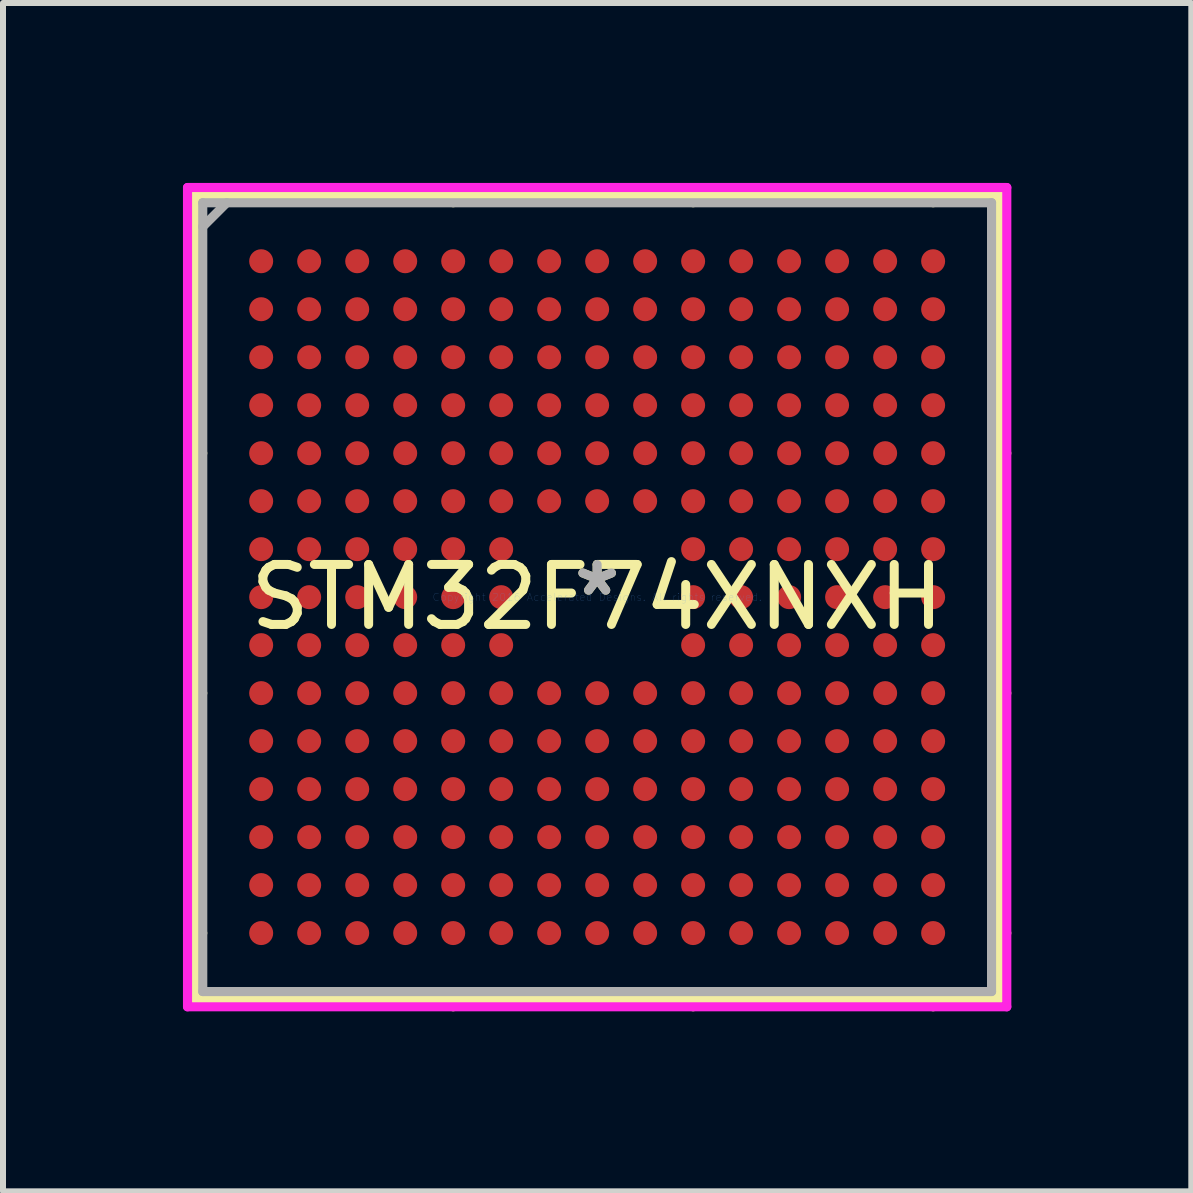
<source format=kicad_pcb>
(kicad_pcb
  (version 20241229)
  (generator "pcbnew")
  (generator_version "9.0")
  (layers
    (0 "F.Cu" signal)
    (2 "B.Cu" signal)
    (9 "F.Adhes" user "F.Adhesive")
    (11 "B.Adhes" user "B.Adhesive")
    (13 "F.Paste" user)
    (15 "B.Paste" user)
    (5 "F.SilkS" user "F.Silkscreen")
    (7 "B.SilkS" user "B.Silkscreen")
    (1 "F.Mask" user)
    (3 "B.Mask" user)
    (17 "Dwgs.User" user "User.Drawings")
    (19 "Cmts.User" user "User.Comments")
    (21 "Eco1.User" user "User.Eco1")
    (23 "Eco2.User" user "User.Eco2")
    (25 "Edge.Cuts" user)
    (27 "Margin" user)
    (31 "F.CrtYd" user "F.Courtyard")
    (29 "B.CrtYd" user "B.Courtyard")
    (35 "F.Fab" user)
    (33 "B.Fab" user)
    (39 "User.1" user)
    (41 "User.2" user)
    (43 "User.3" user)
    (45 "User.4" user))
  (footprint "STM32F74XNXH"
    (layer "F.Cu")
    (at 6.905 6.905)
    (property "Reference" "STM32F74XNXH" (at 0 0 0) (layer "F.SilkS") (effects (font (size 1 1) (thickness 0.15))))
    (attr through_hole)
    (fp_line (start -6.702 -6.702) (end -6.702 6.702) (stroke (width 0.152) (type solid)) (layer "F.SilkS"))
    (fp_line (start -6.702 6.702) (end 6.702 6.702) (stroke (width 0.152) (type solid)) (layer "F.SilkS"))
    (fp_line (start -6.575 -2.4) (end -6.829 -2.4) (stroke (width 0.152) (type solid)) (layer "F.SilkS"))
    (fp_line (start -6.575 1.6) (end -6.829 1.6) (stroke (width 0.152) (type solid)) (layer "F.SilkS"))
    (fp_line (start -6.575 5.6) (end -6.829 5.6) (stroke (width 0.152) (type solid)) (layer "F.SilkS"))
    (fp_line (start -2.4 -6.575) (end -2.4 -6.829) (stroke (width 0.152) (type solid)) (layer "F.SilkS"))
    (fp_line (start -2.4 6.575) (end -2.4 6.829) (stroke (width 0.152) (type solid)) (layer "F.SilkS"))
    (fp_line (start 1.6 -6.575) (end 1.6 -6.829) (stroke (width 0.152) (type solid)) (layer "F.SilkS"))
    (fp_line (start 1.6 6.575) (end 1.6 6.829) (stroke (width 0.152) (type solid)) (layer "F.SilkS"))
    (fp_line (start 5.601 -6.575) (end 5.601 -6.829) (stroke (width 0.152) (type solid)) (layer "F.SilkS"))
    (fp_line (start 5.601 6.575) (end 5.601 6.829) (stroke (width 0.152) (type solid)) (layer "F.SilkS"))
    (fp_line (start 6.575 -2.4) (end 6.829 -2.4) (stroke (width 0.152) (type solid)) (layer "F.SilkS"))
    (fp_line (start 6.575 1.6) (end 6.829 1.6) (stroke (width 0.152) (type solid)) (layer "F.SilkS"))
    (fp_line (start 6.575 5.6) (end 6.829 5.6) (stroke (width 0.152) (type solid)) (layer "F.SilkS"))
    (fp_line (start 6.702 -6.702) (end -6.702 -6.702) (stroke (width 0.152) (type solid)) (layer "F.SilkS"))
    (fp_line (start 6.702 6.702) (end 6.702 -6.702) (stroke (width 0.152) (type solid)) (layer "F.SilkS"))
    (fp_line (start -6.829 -6.829) (end 6.829 -6.829) (stroke (width 0.152) (type solid)) (layer "F.CrtYd"))
    (fp_line (start -6.829 6.829) (end -6.829 -6.829) (stroke (width 0.152) (type solid)) (layer "F.CrtYd"))
    (fp_line (start 6.829 -6.829) (end 6.829 6.829) (stroke (width 0.152) (type solid)) (layer "F.CrtYd"))
    (fp_line (start 6.829 6.829) (end -6.829 6.829) (stroke (width 0.152) (type solid)) (layer "F.CrtYd"))
    (fp_line (start -6.575 -6.575) (end -6.575 6.575) (stroke (width 0.152) (type solid)) (layer "F.Fab"))
    (fp_line (start -6.575 6.575) (end 6.575 6.575) (stroke (width 0.152) (type solid)) (layer "F.Fab"))
    (fp_line (start -6.175 -6.575) (end -6.575 -6.175) (stroke (width 0.152) (type solid)) (layer "F.Fab"))
    (fp_line (start 6.575 -6.575) (end -6.575 -6.575) (stroke (width 0.152) (type solid)) (layer "F.Fab"))
    (fp_line (start 6.575 6.575) (end 6.575 -6.575) (stroke (width 0.152) (type solid)) (layer "F.Fab"))
    (fp_text user "*" (at 0 0 0) (layer "F.SilkS") (effects (font (size 1 1) (thickness 0.15))))
    (fp_text user "Copyright 2016 Accelerated Designs. All rights reserved." (at 0 0 0) (layer "Cmts.User") (effects (font (size 0.127 0.127) (thickness 0.002))))
    (fp_text user "*" (at 0 0 0) (layer "F.Fab") (effects (font (size 1 1) (thickness 0.15))))
    (pad "A1" smd circle (at -5.601 -5.6) (size 0.4 0.4) (layers "F.Cu" "F.Mask" "F.Paste"))
    (pad "A2" smd circle (at -4.801 -5.6) (size 0.4 0.4) (layers "F.Cu" "F.Mask" "F.Paste"))
    (pad "A3" smd circle (at -4 -5.6) (size 0.4 0.4) (layers "F.Cu" "F.Mask" "F.Paste"))
    (pad "A4" smd circle (at -3.2 -5.6) (size 0.4 0.4) (layers "F.Cu" "F.Mask" "F.Paste"))
    (pad "A5" smd circle (at -2.4 -5.6) (size 0.4 0.4) (layers "F.Cu" "F.Mask" "F.Paste"))
    (pad "A6" smd circle (at -1.6 -5.6) (size 0.4 0.4) (layers "F.Cu" "F.Mask" "F.Paste"))
    (pad "A7" smd circle (at -0.8 -5.6) (size 0.4 0.4) (layers "F.Cu" "F.Mask" "F.Paste"))
    (pad "A8" smd circle (at 0 -5.6) (size 0.4 0.4) (layers "F.Cu" "F.Mask" "F.Paste"))
    (pad "A9" smd circle (at 0.8 -5.6) (size 0.4 0.4) (layers "F.Cu" "F.Mask" "F.Paste"))
    (pad "A10" smd circle (at 1.6 -5.6) (size 0.4 0.4) (layers "F.Cu" "F.Mask" "F.Paste"))
    (pad "A11" smd circle (at 2.4 -5.6) (size 0.4 0.4) (layers "F.Cu" "F.Mask" "F.Paste"))
    (pad "A12" smd circle (at 3.2 -5.6) (size 0.4 0.4) (layers "F.Cu" "F.Mask" "F.Paste"))
    (pad "A13" smd circle (at 4 -5.6) (size 0.4 0.4) (layers "F.Cu" "F.Mask" "F.Paste"))
    (pad "A14" smd circle (at 4.801 -5.6) (size 0.4 0.4) (layers "F.Cu" "F.Mask" "F.Paste"))
    (pad "A15" smd circle (at 5.601 -5.6) (size 0.4 0.4) (layers "F.Cu" "F.Mask" "F.Paste"))
    (pad "B1" smd circle (at -5.601 -4.8) (size 0.4 0.4) (layers "F.Cu" "F.Mask" "F.Paste"))
    (pad "B2" smd circle (at -4.801 -4.8) (size 0.4 0.4) (layers "F.Cu" "F.Mask" "F.Paste"))
    (pad "B3" smd circle (at -4 -4.8) (size 0.4 0.4) (layers "F.Cu" "F.Mask" "F.Paste"))
    (pad "B4" smd circle (at -3.2 -4.8) (size 0.4 0.4) (layers "F.Cu" "F.Mask" "F.Paste"))
    (pad "B5" smd circle (at -2.4 -4.8) (size 0.4 0.4) (layers "F.Cu" "F.Mask" "F.Paste"))
    (pad "B6" smd circle (at -1.6 -4.8) (size 0.4 0.4) (layers "F.Cu" "F.Mask" "F.Paste"))
    (pad "B7" smd circle (at -0.8 -4.8) (size 0.4 0.4) (layers "F.Cu" "F.Mask" "F.Paste"))
    (pad "B8" smd circle (at 0 -4.8) (size 0.4 0.4) (layers "F.Cu" "F.Mask" "F.Paste"))
    (pad "B9" smd circle (at 0.8 -4.8) (size 0.4 0.4) (layers "F.Cu" "F.Mask" "F.Paste"))
    (pad "B10" smd circle (at 1.6 -4.8) (size 0.4 0.4) (layers "F.Cu" "F.Mask" "F.Paste"))
    (pad "B11" smd circle (at 2.4 -4.8) (size 0.4 0.4) (layers "F.Cu" "F.Mask" "F.Paste"))
    (pad "B12" smd circle (at 3.2 -4.8) (size 0.4 0.4) (layers "F.Cu" "F.Mask" "F.Paste"))
    (pad "B13" smd circle (at 4 -4.8) (size 0.4 0.4) (layers "F.Cu" "F.Mask" "F.Paste"))
    (pad "B14" smd circle (at 4.801 -4.8) (size 0.4 0.4) (layers "F.Cu" "F.Mask" "F.Paste"))
    (pad "B15" smd circle (at 5.601 -4.8) (size 0.4 0.4) (layers "F.Cu" "F.Mask" "F.Paste"))
    (pad "C1" smd circle (at -5.601 -4) (size 0.4 0.4) (layers "F.Cu" "F.Mask" "F.Paste"))
    (pad "C2" smd circle (at -4.801 -4) (size 0.4 0.4) (layers "F.Cu" "F.Mask" "F.Paste"))
    (pad "C3" smd circle (at -4 -4) (size 0.4 0.4) (layers "F.Cu" "F.Mask" "F.Paste"))
    (pad "C4" smd circle (at -3.2 -4) (size 0.4 0.4) (layers "F.Cu" "F.Mask" "F.Paste"))
    (pad "C5" smd circle (at -2.4 -4) (size 0.4 0.4) (layers "F.Cu" "F.Mask" "F.Paste"))
    (pad "C6" smd circle (at -1.6 -4) (size 0.4 0.4) (layers "F.Cu" "F.Mask" "F.Paste"))
    (pad "C7" smd circle (at -0.8 -4) (size 0.4 0.4) (layers "F.Cu" "F.Mask" "F.Paste"))
    (pad "C8" smd circle (at 0 -4) (size 0.4 0.4) (layers "F.Cu" "F.Mask" "F.Paste"))
    (pad "C9" smd circle (at 0.8 -4) (size 0.4 0.4) (layers "F.Cu" "F.Mask" "F.Paste"))
    (pad "C10" smd circle (at 1.6 -4) (size 0.4 0.4) (layers "F.Cu" "F.Mask" "F.Paste"))
    (pad "C11" smd circle (at 2.4 -4) (size 0.4 0.4) (layers "F.Cu" "F.Mask" "F.Paste"))
    (pad "C12" smd circle (at 3.2 -4) (size 0.4 0.4) (layers "F.Cu" "F.Mask" "F.Paste"))
    (pad "C13" smd circle (at 4 -4) (size 0.4 0.4) (layers "F.Cu" "F.Mask" "F.Paste"))
    (pad "C14" smd circle (at 4.801 -4) (size 0.4 0.4) (layers "F.Cu" "F.Mask" "F.Paste"))
    (pad "C15" smd circle (at 5.601 -4) (size 0.4 0.4) (layers "F.Cu" "F.Mask" "F.Paste"))
    (pad "D1" smd circle (at -5.601 -3.2) (size 0.4 0.4) (layers "F.Cu" "F.Mask" "F.Paste"))
    (pad "D2" smd circle (at -4.801 -3.2) (size 0.4 0.4) (layers "F.Cu" "F.Mask" "F.Paste"))
    (pad "D3" smd circle (at -4 -3.2) (size 0.4 0.4) (layers "F.Cu" "F.Mask" "F.Paste"))
    (pad "D4" smd circle (at -3.2 -3.2) (size 0.4 0.4) (layers "F.Cu" "F.Mask" "F.Paste"))
    (pad "D5" smd circle (at -2.4 -3.2) (size 0.4 0.4) (layers "F.Cu" "F.Mask" "F.Paste"))
    (pad "D6" smd circle (at -1.6 -3.2) (size 0.4 0.4) (layers "F.Cu" "F.Mask" "F.Paste"))
    (pad "D7" smd circle (at -0.8 -3.2) (size 0.4 0.4) (layers "F.Cu" "F.Mask" "F.Paste"))
    (pad "D8" smd circle (at 0 -3.2) (size 0.4 0.4) (layers "F.Cu" "F.Mask" "F.Paste"))
    (pad "D9" smd circle (at 0.8 -3.2) (size 0.4 0.4) (layers "F.Cu" "F.Mask" "F.Paste"))
    (pad "D10" smd circle (at 1.6 -3.2) (size 0.4 0.4) (layers "F.Cu" "F.Mask" "F.Paste"))
    (pad "D11" smd circle (at 2.4 -3.2) (size 0.4 0.4) (layers "F.Cu" "F.Mask" "F.Paste"))
    (pad "D12" smd circle (at 3.2 -3.2) (size 0.4 0.4) (layers "F.Cu" "F.Mask" "F.Paste"))
    (pad "D13" smd circle (at 4 -3.2) (size 0.4 0.4) (layers "F.Cu" "F.Mask" "F.Paste"))
    (pad "D14" smd circle (at 4.801 -3.2) (size 0.4 0.4) (layers "F.Cu" "F.Mask" "F.Paste"))
    (pad "D15" smd circle (at 5.601 -3.2) (size 0.4 0.4) (layers "F.Cu" "F.Mask" "F.Paste"))
    (pad "E1" smd circle (at -5.601 -2.4) (size 0.4 0.4) (layers "F.Cu" "F.Mask" "F.Paste"))
    (pad "E2" smd circle (at -4.801 -2.4) (size 0.4 0.4) (layers "F.Cu" "F.Mask" "F.Paste"))
    (pad "E3" smd circle (at -4 -2.4) (size 0.4 0.4) (layers "F.Cu" "F.Mask" "F.Paste"))
    (pad "E4" smd circle (at -3.2 -2.4) (size 0.4 0.4) (layers "F.Cu" "F.Mask" "F.Paste"))
    (pad "E5" smd circle (at -2.4 -2.4) (size 0.4 0.4) (layers "F.Cu" "F.Mask" "F.Paste"))
    (pad "E6" smd circle (at -1.6 -2.4) (size 0.4 0.4) (layers "F.Cu" "F.Mask" "F.Paste"))
    (pad "E7" smd circle (at -0.8 -2.4) (size 0.4 0.4) (layers "F.Cu" "F.Mask" "F.Paste"))
    (pad "E8" smd circle (at 0 -2.4) (size 0.4 0.4) (layers "F.Cu" "F.Mask" "F.Paste"))
    (pad "E9" smd circle (at 0.8 -2.4) (size 0.4 0.4) (layers "F.Cu" "F.Mask" "F.Paste"))
    (pad "E10" smd circle (at 1.6 -2.4) (size 0.4 0.4) (layers "F.Cu" "F.Mask" "F.Paste"))
    (pad "E11" smd circle (at 2.4 -2.4) (size 0.4 0.4) (layers "F.Cu" "F.Mask" "F.Paste"))
    (pad "E12" smd circle (at 3.2 -2.4) (size 0.4 0.4) (layers "F.Cu" "F.Mask" "F.Paste"))
    (pad "E13" smd circle (at 4 -2.4) (size 0.4 0.4) (layers "F.Cu" "F.Mask" "F.Paste"))
    (pad "E14" smd circle (at 4.801 -2.4) (size 0.4 0.4) (layers "F.Cu" "F.Mask" "F.Paste"))
    (pad "E15" smd circle (at 5.601 -2.4) (size 0.4 0.4) (layers "F.Cu" "F.Mask" "F.Paste"))
    (pad "F1" smd circle (at -5.601 -1.6) (size 0.4 0.4) (layers "F.Cu" "F.Mask" "F.Paste"))
    (pad "F2" smd circle (at -4.801 -1.6) (size 0.4 0.4) (layers "F.Cu" "F.Mask" "F.Paste"))
    (pad "F3" smd circle (at -4 -1.6) (size 0.4 0.4) (layers "F.Cu" "F.Mask" "F.Paste"))
    (pad "F4" smd circle (at -3.2 -1.6) (size 0.4 0.4) (layers "F.Cu" "F.Mask" "F.Paste"))
    (pad "F5" smd circle (at -2.4 -1.6) (size 0.4 0.4) (layers "F.Cu" "F.Mask" "F.Paste"))
    (pad "F6" smd circle (at -1.6 -1.6) (size 0.4 0.4) (layers "F.Cu" "F.Mask" "F.Paste"))
    (pad "F7" smd circle (at -0.8 -1.6) (size 0.4 0.4) (layers "F.Cu" "F.Mask" "F.Paste"))
    (pad "F8" smd circle (at 0 -1.6) (size 0.4 0.4) (layers "F.Cu" "F.Mask" "F.Paste"))
    (pad "F9" smd circle (at 0.8 -1.6) (size 0.4 0.4) (layers "F.Cu" "F.Mask" "F.Paste"))
    (pad "F10" smd circle (at 1.6 -1.6) (size 0.4 0.4) (layers "F.Cu" "F.Mask" "F.Paste"))
    (pad "F11" smd circle (at 2.4 -1.6) (size 0.4 0.4) (layers "F.Cu" "F.Mask" "F.Paste"))
    (pad "F12" smd circle (at 3.2 -1.6) (size 0.4 0.4) (layers "F.Cu" "F.Mask" "F.Paste"))
    (pad "F13" smd circle (at 4 -1.6) (size 0.4 0.4) (layers "F.Cu" "F.Mask" "F.Paste"))
    (pad "F14" smd circle (at 4.801 -1.6) (size 0.4 0.4) (layers "F.Cu" "F.Mask" "F.Paste"))
    (pad "F15" smd circle (at 5.601 -1.6) (size 0.4 0.4) (layers "F.Cu" "F.Mask" "F.Paste"))
    (pad "G1" smd circle (at -5.601 -0.8) (size 0.4 0.4) (layers "F.Cu" "F.Mask" "F.Paste"))
    (pad "G2" smd circle (at -4.801 -0.8) (size 0.4 0.4) (layers "F.Cu" "F.Mask" "F.Paste"))
    (pad "G3" smd circle (at -4 -0.8) (size 0.4 0.4) (layers "F.Cu" "F.Mask" "F.Paste"))
    (pad "G4" smd circle (at -3.2 -0.8) (size 0.4 0.4) (layers "F.Cu" "F.Mask" "F.Paste"))
    (pad "G5" smd circle (at -2.4 -0.8) (size 0.4 0.4) (layers "F.Cu" "F.Mask" "F.Paste"))
    (pad "G6" smd circle (at -1.6 -0.8) (size 0.4 0.4) (layers "F.Cu" "F.Mask" "F.Paste"))
    (pad "G10" smd circle (at 1.6 -0.8) (size 0.4 0.4) (layers "F.Cu" "F.Mask" "F.Paste"))
    (pad "G11" smd circle (at 2.4 -0.8) (size 0.4 0.4) (layers "F.Cu" "F.Mask" "F.Paste"))
    (pad "G12" smd circle (at 3.2 -0.8) (size 0.4 0.4) (layers "F.Cu" "F.Mask" "F.Paste"))
    (pad "G13" smd circle (at 4 -0.8) (size 0.4 0.4) (layers "F.Cu" "F.Mask" "F.Paste"))
    (pad "G14" smd circle (at 4.801 -0.8) (size 0.4 0.4) (layers "F.Cu" "F.Mask" "F.Paste"))
    (pad "G15" smd circle (at 5.601 -0.8) (size 0.4 0.4) (layers "F.Cu" "F.Mask" "F.Paste"))
    (pad "H1" smd circle (at -5.601 0) (size 0.4 0.4) (layers "F.Cu" "F.Mask" "F.Paste"))
    (pad "H2" smd circle (at -4.801 0) (size 0.4 0.4) (layers "F.Cu" "F.Mask" "F.Paste"))
    (pad "H3" smd circle (at -4 0) (size 0.4 0.4) (layers "F.Cu" "F.Mask" "F.Paste"))
    (pad "H4" smd circle (at -3.2 0) (size 0.4 0.4) (layers "F.Cu" "F.Mask" "F.Paste"))
    (pad "H5" smd circle (at -2.4 0) (size 0.4 0.4) (layers "F.Cu" "F.Mask" "F.Paste"))
    (pad "H6" smd circle (at -1.6 0) (size 0.4 0.4) (layers "F.Cu" "F.Mask" "F.Paste"))
    (pad "H10" smd circle (at 1.6 0) (size 0.4 0.4) (layers "F.Cu" "F.Mask" "F.Paste"))
    (pad "H11" smd circle (at 2.4 0) (size 0.4 0.4) (layers "F.Cu" "F.Mask" "F.Paste"))
    (pad "H12" smd circle (at 3.2 0) (size 0.4 0.4) (layers "F.Cu" "F.Mask" "F.Paste"))
    (pad "H13" smd circle (at 4 0) (size 0.4 0.4) (layers "F.Cu" "F.Mask" "F.Paste"))
    (pad "H14" smd circle (at 4.801 0) (size 0.4 0.4) (layers "F.Cu" "F.Mask" "F.Paste"))
    (pad "H15" smd circle (at 5.601 0) (size 0.4 0.4) (layers "F.Cu" "F.Mask" "F.Paste"))
    (pad "J1" smd circle (at -5.601 0.8) (size 0.4 0.4) (layers "F.Cu" "F.Mask" "F.Paste"))
    (pad "J2" smd circle (at -4.801 0.8) (size 0.4 0.4) (layers "F.Cu" "F.Mask" "F.Paste"))
    (pad "J3" smd circle (at -4 0.8) (size 0.4 0.4) (layers "F.Cu" "F.Mask" "F.Paste"))
    (pad "J4" smd circle (at -3.2 0.8) (size 0.4 0.4) (layers "F.Cu" "F.Mask" "F.Paste"))
    (pad "J5" smd circle (at -2.4 0.8) (size 0.4 0.4) (layers "F.Cu" "F.Mask" "F.Paste"))
    (pad "J6" smd circle (at -1.6 0.8) (size 0.4 0.4) (layers "F.Cu" "F.Mask" "F.Paste"))
    (pad "J10" smd circle (at 1.6 0.8) (size 0.4 0.4) (layers "F.Cu" "F.Mask" "F.Paste"))
    (pad "J11" smd circle (at 2.4 0.8) (size 0.4 0.4) (layers "F.Cu" "F.Mask" "F.Paste"))
    (pad "J12" smd circle (at 3.2 0.8) (size 0.4 0.4) (layers "F.Cu" "F.Mask" "F.Paste"))
    (pad "J13" smd circle (at 4 0.8) (size 0.4 0.4) (layers "F.Cu" "F.Mask" "F.Paste"))
    (pad "J14" smd circle (at 4.801 0.8) (size 0.4 0.4) (layers "F.Cu" "F.Mask" "F.Paste"))
    (pad "J15" smd circle (at 5.601 0.8) (size 0.4 0.4) (layers "F.Cu" "F.Mask" "F.Paste"))
    (pad "K1" smd circle (at -5.601 1.6) (size 0.4 0.4) (layers "F.Cu" "F.Mask" "F.Paste"))
    (pad "K2" smd circle (at -4.801 1.6) (size 0.4 0.4) (layers "F.Cu" "F.Mask" "F.Paste"))
    (pad "K3" smd circle (at -4 1.6) (size 0.4 0.4) (layers "F.Cu" "F.Mask" "F.Paste"))
    (pad "K4" smd circle (at -3.2 1.6) (size 0.4 0.4) (layers "F.Cu" "F.Mask" "F.Paste"))
    (pad "K5" smd circle (at -2.4 1.6) (size 0.4 0.4) (layers "F.Cu" "F.Mask" "F.Paste"))
    (pad "K6" smd circle (at -1.6 1.6) (size 0.4 0.4) (layers "F.Cu" "F.Mask" "F.Paste"))
    (pad "K7" smd circle (at -0.8 1.6) (size 0.4 0.4) (layers "F.Cu" "F.Mask" "F.Paste"))
    (pad "K8" smd circle (at 0 1.6) (size 0.4 0.4) (layers "F.Cu" "F.Mask" "F.Paste"))
    (pad "K9" smd circle (at 0.8 1.6) (size 0.4 0.4) (layers "F.Cu" "F.Mask" "F.Paste"))
    (pad "K10" smd circle (at 1.6 1.6) (size 0.4 0.4) (layers "F.Cu" "F.Mask" "F.Paste"))
    (pad "K11" smd circle (at 2.4 1.6) (size 0.4 0.4) (layers "F.Cu" "F.Mask" "F.Paste"))
    (pad "K12" smd circle (at 3.2 1.6) (size 0.4 0.4) (layers "F.Cu" "F.Mask" "F.Paste"))
    (pad "K13" smd circle (at 4 1.6) (size 0.4 0.4) (layers "F.Cu" "F.Mask" "F.Paste"))
    (pad "K14" smd circle (at 4.801 1.6) (size 0.4 0.4) (layers "F.Cu" "F.Mask" "F.Paste"))
    (pad "K15" smd circle (at 5.601 1.6) (size 0.4 0.4) (layers "F.Cu" "F.Mask" "F.Paste"))
    (pad "L1" smd circle (at -5.601 2.4) (size 0.4 0.4) (layers "F.Cu" "F.Mask" "F.Paste"))
    (pad "L2" smd circle (at -4.801 2.4) (size 0.4 0.4) (layers "F.Cu" "F.Mask" "F.Paste"))
    (pad "L3" smd circle (at -4 2.4) (size 0.4 0.4) (layers "F.Cu" "F.Mask" "F.Paste"))
    (pad "L4" smd circle (at -3.2 2.4) (size 0.4 0.4) (layers "F.Cu" "F.Mask" "F.Paste"))
    (pad "L5" smd circle (at -2.4 2.4) (size 0.4 0.4) (layers "F.Cu" "F.Mask" "F.Paste"))
    (pad "L6" smd circle (at -1.6 2.4) (size 0.4 0.4) (layers "F.Cu" "F.Mask" "F.Paste"))
    (pad "L7" smd circle (at -0.8 2.4) (size 0.4 0.4) (layers "F.Cu" "F.Mask" "F.Paste"))
    (pad "L8" smd circle (at 0 2.4) (size 0.4 0.4) (layers "F.Cu" "F.Mask" "F.Paste"))
    (pad "L9" smd circle (at 0.8 2.4) (size 0.4 0.4) (layers "F.Cu" "F.Mask" "F.Paste"))
    (pad "L10" smd circle (at 1.6 2.4) (size 0.4 0.4) (layers "F.Cu" "F.Mask" "F.Paste"))
    (pad "L11" smd circle (at 2.4 2.4) (size 0.4 0.4) (layers "F.Cu" "F.Mask" "F.Paste"))
    (pad "L12" smd circle (at 3.2 2.4) (size 0.4 0.4) (layers "F.Cu" "F.Mask" "F.Paste"))
    (pad "L13" smd circle (at 4 2.4) (size 0.4 0.4) (layers "F.Cu" "F.Mask" "F.Paste"))
    (pad "L14" smd circle (at 4.801 2.4) (size 0.4 0.4) (layers "F.Cu" "F.Mask" "F.Paste"))
    (pad "L15" smd circle (at 5.601 2.4) (size 0.4 0.4) (layers "F.Cu" "F.Mask" "F.Paste"))
    (pad "M1" smd circle (at -5.601 3.2) (size 0.4 0.4) (layers "F.Cu" "F.Mask" "F.Paste"))
    (pad "M2" smd circle (at -4.801 3.2) (size 0.4 0.4) (layers "F.Cu" "F.Mask" "F.Paste"))
    (pad "M3" smd circle (at -4 3.2) (size 0.4 0.4) (layers "F.Cu" "F.Mask" "F.Paste"))
    (pad "M4" smd circle (at -3.2 3.2) (size 0.4 0.4) (layers "F.Cu" "F.Mask" "F.Paste"))
    (pad "M5" smd circle (at -2.4 3.2) (size 0.4 0.4) (layers "F.Cu" "F.Mask" "F.Paste"))
    (pad "M6" smd circle (at -1.6 3.2) (size 0.4 0.4) (layers "F.Cu" "F.Mask" "F.Paste"))
    (pad "M7" smd circle (at -0.8 3.2) (size 0.4 0.4) (layers "F.Cu" "F.Mask" "F.Paste"))
    (pad "M8" smd circle (at 0 3.2) (size 0.4 0.4) (layers "F.Cu" "F.Mask" "F.Paste"))
    (pad "M9" smd circle (at 0.8 3.2) (size 0.4 0.4) (layers "F.Cu" "F.Mask" "F.Paste"))
    (pad "M10" smd circle (at 1.6 3.2) (size 0.4 0.4) (layers "F.Cu" "F.Mask" "F.Paste"))
    (pad "M11" smd circle (at 2.4 3.2) (size 0.4 0.4) (layers "F.Cu" "F.Mask" "F.Paste"))
    (pad "M12" smd circle (at 3.2 3.2) (size 0.4 0.4) (layers "F.Cu" "F.Mask" "F.Paste"))
    (pad "M13" smd circle (at 4 3.2) (size 0.4 0.4) (layers "F.Cu" "F.Mask" "F.Paste"))
    (pad "M14" smd circle (at 4.801 3.2) (size 0.4 0.4) (layers "F.Cu" "F.Mask" "F.Paste"))
    (pad "M15" smd circle (at 5.601 3.2) (size 0.4 0.4) (layers "F.Cu" "F.Mask" "F.Paste"))
    (pad "N1" smd circle (at -5.601 4) (size 0.4 0.4) (layers "F.Cu" "F.Mask" "F.Paste"))
    (pad "N2" smd circle (at -4.801 4) (size 0.4 0.4) (layers "F.Cu" "F.Mask" "F.Paste"))
    (pad "N3" smd circle (at -4 4) (size 0.4 0.4) (layers "F.Cu" "F.Mask" "F.Paste"))
    (pad "N4" smd circle (at -3.2 4) (size 0.4 0.4) (layers "F.Cu" "F.Mask" "F.Paste"))
    (pad "N5" smd circle (at -2.4 4) (size 0.4 0.4) (layers "F.Cu" "F.Mask" "F.Paste"))
    (pad "N6" smd circle (at -1.6 4) (size 0.4 0.4) (layers "F.Cu" "F.Mask" "F.Paste"))
    (pad "N7" smd circle (at -0.8 4) (size 0.4 0.4) (layers "F.Cu" "F.Mask" "F.Paste"))
    (pad "N8" smd circle (at 0 4) (size 0.4 0.4) (layers "F.Cu" "F.Mask" "F.Paste"))
    (pad "N9" smd circle (at 0.8 4) (size 0.4 0.4) (layers "F.Cu" "F.Mask" "F.Paste"))
    (pad "N10" smd circle (at 1.6 4) (size 0.4 0.4) (layers "F.Cu" "F.Mask" "F.Paste"))
    (pad "N11" smd circle (at 2.4 4) (size 0.4 0.4) (layers "F.Cu" "F.Mask" "F.Paste"))
    (pad "N12" smd circle (at 3.2 4) (size 0.4 0.4) (layers "F.Cu" "F.Mask" "F.Paste"))
    (pad "N13" smd circle (at 4 4) (size 0.4 0.4) (layers "F.Cu" "F.Mask" "F.Paste"))
    (pad "N14" smd circle (at 4.801 4) (size 0.4 0.4) (layers "F.Cu" "F.Mask" "F.Paste"))
    (pad "N15" smd circle (at 5.601 4) (size 0.4 0.4) (layers "F.Cu" "F.Mask" "F.Paste"))
    (pad "P1" smd circle (at -5.601 4.8) (size 0.4 0.4) (layers "F.Cu" "F.Mask" "F.Paste"))
    (pad "P2" smd circle (at -4.801 4.8) (size 0.4 0.4) (layers "F.Cu" "F.Mask" "F.Paste"))
    (pad "P3" smd circle (at -4 4.8) (size 0.4 0.4) (layers "F.Cu" "F.Mask" "F.Paste"))
    (pad "P4" smd circle (at -3.2 4.8) (size 0.4 0.4) (layers "F.Cu" "F.Mask" "F.Paste"))
    (pad "P5" smd circle (at -2.4 4.8) (size 0.4 0.4) (layers "F.Cu" "F.Mask" "F.Paste"))
    (pad "P6" smd circle (at -1.6 4.8) (size 0.4 0.4) (layers "F.Cu" "F.Mask" "F.Paste"))
    (pad "P7" smd circle (at -0.8 4.8) (size 0.4 0.4) (layers "F.Cu" "F.Mask" "F.Paste"))
    (pad "P8" smd circle (at 0 4.8) (size 0.4 0.4) (layers "F.Cu" "F.Mask" "F.Paste"))
    (pad "P9" smd circle (at 0.8 4.8) (size 0.4 0.4) (layers "F.Cu" "F.Mask" "F.Paste"))
    (pad "P10" smd circle (at 1.6 4.8) (size 0.4 0.4) (layers "F.Cu" "F.Mask" "F.Paste"))
    (pad "P11" smd circle (at 2.4 4.8) (size 0.4 0.4) (layers "F.Cu" "F.Mask" "F.Paste"))
    (pad "P12" smd circle (at 3.2 4.8) (size 0.4 0.4) (layers "F.Cu" "F.Mask" "F.Paste"))
    (pad "P13" smd circle (at 4 4.8) (size 0.4 0.4) (layers "F.Cu" "F.Mask" "F.Paste"))
    (pad "P14" smd circle (at 4.801 4.8) (size 0.4 0.4) (layers "F.Cu" "F.Mask" "F.Paste"))
    (pad "P15" smd circle (at 5.601 4.8) (size 0.4 0.4) (layers "F.Cu" "F.Mask" "F.Paste"))
    (pad "R1" smd circle (at -5.601 5.6) (size 0.4 0.4) (layers "F.Cu" "F.Mask" "F.Paste"))
    (pad "R2" smd circle (at -4.801 5.6) (size 0.4 0.4) (layers "F.Cu" "F.Mask" "F.Paste"))
    (pad "R3" smd circle (at -4 5.6) (size 0.4 0.4) (layers "F.Cu" "F.Mask" "F.Paste"))
    (pad "R4" smd circle (at -3.2 5.6) (size 0.4 0.4) (layers "F.Cu" "F.Mask" "F.Paste"))
    (pad "R5" smd circle (at -2.4 5.6) (size 0.4 0.4) (layers "F.Cu" "F.Mask" "F.Paste"))
    (pad "R6" smd circle (at -1.6 5.6) (size 0.4 0.4) (layers "F.Cu" "F.Mask" "F.Paste"))
    (pad "R7" smd circle (at -0.8 5.6) (size 0.4 0.4) (layers "F.Cu" "F.Mask" "F.Paste"))
    (pad "R8" smd circle (at 0 5.6) (size 0.4 0.4) (layers "F.Cu" "F.Mask" "F.Paste"))
    (pad "R9" smd circle (at 0.8 5.6) (size 0.4 0.4) (layers "F.Cu" "F.Mask" "F.Paste"))
    (pad "R10" smd circle (at 1.6 5.6) (size 0.4 0.4) (layers "F.Cu" "F.Mask" "F.Paste"))
    (pad "R11" smd circle (at 2.4 5.6) (size 0.4 0.4) (layers "F.Cu" "F.Mask" "F.Paste"))
    (pad "R12" smd circle (at 3.2 5.6) (size 0.4 0.4) (layers "F.Cu" "F.Mask" "F.Paste"))
    (pad "R13" smd circle (at 4 5.6) (size 0.4 0.4) (layers "F.Cu" "F.Mask" "F.Paste"))
    (pad "R14" smd circle (at 4.801 5.6) (size 0.4 0.4) (layers "F.Cu" "F.Mask" "F.Paste"))
    (pad "R15" smd circle (at 5.601 5.6) (size 0.4 0.4) (layers "F.Cu" "F.Mask" "F.Paste")))
  (gr_rect
    (start -3 -3)
    (end 16.81 16.81)
    (stroke (width 0.1) (type default))
    (fill no)
    (layer "Edge.Cuts")))
</source>
